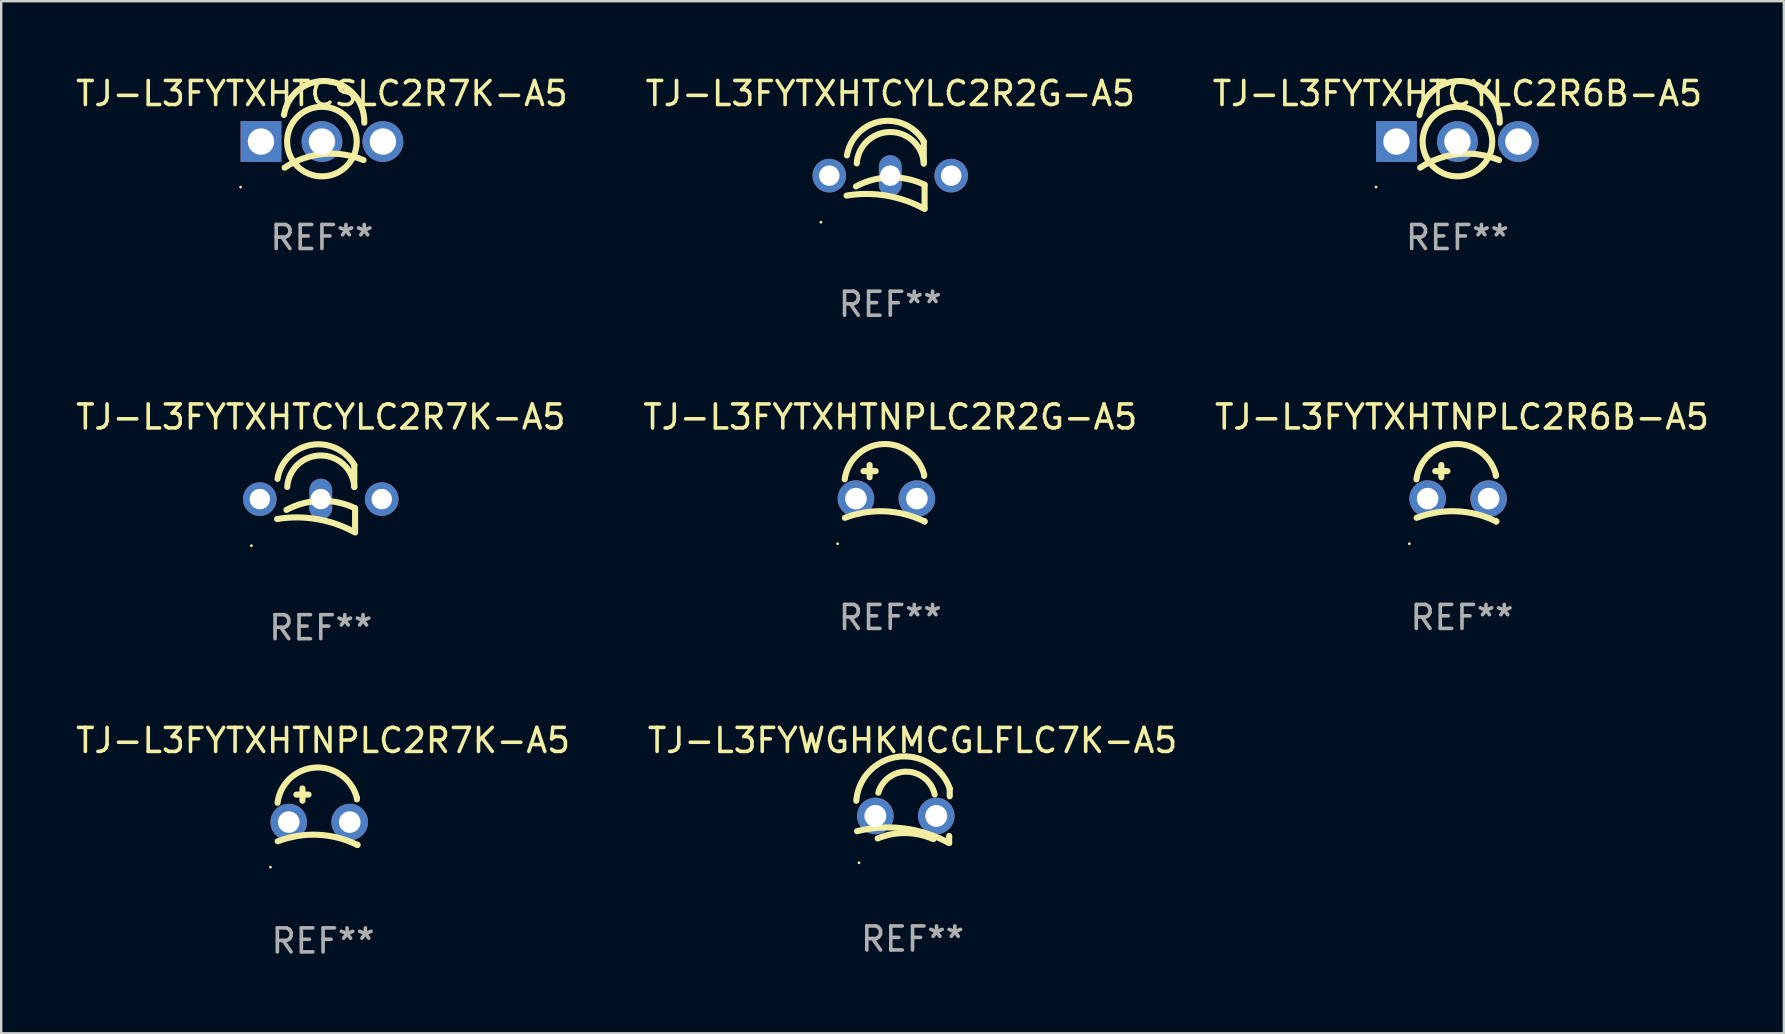
<source format=kicad_pcb>
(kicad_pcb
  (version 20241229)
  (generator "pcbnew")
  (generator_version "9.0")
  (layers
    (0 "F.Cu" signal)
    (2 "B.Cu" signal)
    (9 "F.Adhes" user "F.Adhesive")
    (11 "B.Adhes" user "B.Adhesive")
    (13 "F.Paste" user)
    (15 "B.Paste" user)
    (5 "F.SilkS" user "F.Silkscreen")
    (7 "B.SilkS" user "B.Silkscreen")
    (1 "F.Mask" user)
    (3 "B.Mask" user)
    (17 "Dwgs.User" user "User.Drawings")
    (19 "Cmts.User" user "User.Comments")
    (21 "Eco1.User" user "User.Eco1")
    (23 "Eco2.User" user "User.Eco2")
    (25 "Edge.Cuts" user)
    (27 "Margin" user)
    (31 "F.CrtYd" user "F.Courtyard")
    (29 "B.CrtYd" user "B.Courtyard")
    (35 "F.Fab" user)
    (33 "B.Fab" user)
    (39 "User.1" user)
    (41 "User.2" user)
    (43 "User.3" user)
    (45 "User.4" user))
  (footprint "TJ-L3FYTXHTCYLC2R2G-A5"
    (layer "F.Cu")
    (at 34.042 4.238)
    (property "Reference" "TJ-L3FYTXHTCYLC2R2G-A5" (at 0 -3.39 0) (layer "F.SilkS") (effects (font (size 1 1) (thickness 0.15))))
    (attr through_hole)
    (fp_line (start 1.397 -0.478) (end 1.397 -1.39) (stroke (width 0.254) (type solid)) (layer "F.SilkS"))
    (fp_line (start 1.43 0.41) (end 1.43 1.39) (stroke (width 0.254) (type solid)) (layer "F.SilkS"))
    (fp_arc (start -1.81999 0.859995) (mid -0.147702 0.865515) (end 1.429997 1.41999) (stroke (width 0.254001) (type solid)) (layer "F.SilkS"))
    (fp_arc (start -1.804597 -0.813437) (mid -0.406468 -2.227145) (end 1.397003 -1.389992) (stroke (width 0.254001) (type solid)) (layer "F.SilkS"))
    (fp_arc (start -1.429997 0.48001) (mid -0.008386 0.102367) (end 1.429998 0.410007) (stroke (width 0.254001) (type solid)) (layer "F.SilkS"))
    (fp_arc (start -1.397003 -0.478003) (mid 0 -1.788385) (end 1.397003 -0.478004) (stroke (width 0.254001) (type solid)) (layer "F.SilkS"))
    (fp_circle (center -2.89 1.971) (end -2.86 1.971) (stroke (width 0.06) (type solid)) (fill no) (layer "F.SilkS"))
    (fp_text user "REF**" (at 0 5.39 0) (layer "F.Fab") (effects (font (size 1 1) (thickness 0.15))))
    (pad "1" thru_hole circle (at -2.54 0.03) (size 1.4 1.4) (drill 0.85) (layers "*.Cu" "*.Mask"))
    (pad "2" thru_hole oval (at 0 0.03) (size 0.95 1.7) (drill oval 0.85 0.85) (layers "*.Cu" "*.Mask"))
    (pad "3" thru_hole circle (at 2.54 0.03) (size 1.4 1.4) (drill 0.85) (layers "*.Cu" "*.Mask")))
  (footprint "TJ-L3FYTXHTCYLC2R7K-A5"
    (layer "F.Cu")
    (at 10.315 17.715)
    (property "Reference" "TJ-L3FYTXHTCYLC2R7K-A5" (at 0 -3.39 0) (layer "F.SilkS") (effects (font (size 1 1) (thickness 0.15))))
    (attr through_hole)
    (fp_line (start 1.397 -0.478) (end 1.397 -1.39) (stroke (width 0.254) (type solid)) (layer "F.SilkS"))
    (fp_line (start 1.43 0.41) (end 1.43 1.39) (stroke (width 0.254) (type solid)) (layer "F.SilkS"))
    (fp_arc (start -1.81999 0.859995) (mid -0.147702 0.865515) (end 1.429997 1.41999) (stroke (width 0.254001) (type solid)) (layer "F.SilkS"))
    (fp_arc (start -1.804597 -0.813437) (mid -0.406468 -2.227145) (end 1.397003 -1.389992) (stroke (width 0.254001) (type solid)) (layer "F.SilkS"))
    (fp_arc (start -1.429997 0.48001) (mid -0.008386 0.102367) (end 1.429998 0.410007) (stroke (width 0.254001) (type solid)) (layer "F.SilkS"))
    (fp_arc (start -1.397003 -0.478003) (mid 0 -1.788385) (end 1.397003 -0.478004) (stroke (width 0.254001) (type solid)) (layer "F.SilkS"))
    (fp_circle (center -2.89 1.971) (end -2.86 1.971) (stroke (width 0.06) (type solid)) (fill no) (layer "F.SilkS"))
    (fp_text user "REF**" (at 0 5.39 0) (layer "F.Fab") (effects (font (size 1 1) (thickness 0.15))))
    (pad "1" thru_hole circle (at -2.54 0.03) (size 1.4 1.4) (drill 0.85) (layers "*.Cu" "*.Mask"))
    (pad "2" thru_hole oval (at 0 0.03) (size 0.95 1.7) (drill oval 0.85 0.85) (layers "*.Cu" "*.Mask"))
    (pad "3" thru_hole circle (at 2.54 0.03) (size 1.4 1.4) (drill 0.85) (layers "*.Cu" "*.Mask")))
  (footprint "TJ-L3FYTXHTNPLC2R7K-A5"
    (layer "F.Cu")
    (at 10.411 30.978)
    (property "Reference" "TJ-L3FYTXHTNPLC2R7K-A5" (at 0 -3.176 0) (layer "F.SilkS") (effects (font (size 1 1) (thickness 0.15))))
    (attr through_hole)
    (fp_line (start -1.114 -0.922) (end -0.606 -0.922) (stroke (width 0.254) (type solid)) (layer "F.SilkS"))
    (fp_line (start -0.86 -1.176) (end -0.86 -0.668) (stroke (width 0.254) (type solid)) (layer "F.SilkS"))
    (fp_line (start 1.41 -0.776) (end 1.41 -0.723) (stroke (width 0.254) (type solid)) (layer "F.SilkS"))
    (fp_line (start 1.43 1.176) (end 1.43 1.164) (stroke (width 0.254) (type solid)) (layer "F.SilkS"))
    (fp_arc (start -1.896915 -0.579704) (mid -0.324751 -2.048067) (end 1.4103 -0.776302) (stroke (width 0.254001) (type solid)) (layer "F.SilkS"))
    (fp_arc (start -1.8897 1.023698) (mid -0.214006 0.752438) (end 1.429731 1.176302) (stroke (width 0.254001) (type solid)) (layer "F.SilkS"))
    (fp_circle (center -2.192 2.103) (end -2.162 2.103) (stroke (width 0.06) (type solid)) (fill no) (layer "F.SilkS"))
    (fp_text user "REF**" (at 0 5.176 0) (layer "F.Fab") (effects (font (size 1 1) (thickness 0.15))))
    (pad "1" thru_hole circle (at -1.43 0.224) (size 1.524 1.524) (drill 0.9) (layers "*.Cu" "*.Mask"))
    (pad "2" thru_hole circle (at 1.11 0.224) (size 1.524 1.524) (drill 0.9) (layers "*.Cu" "*.Mask")))
  (footprint "TJ-L3FYTXHTNPLC2R2G-A5"
    (layer "F.Cu")
    (at 34.042 17.501)
    (property "Reference" "TJ-L3FYTXHTNPLC2R2G-A5" (at 0 -3.176 0) (layer "F.SilkS") (effects (font (size 1 1) (thickness 0.15))))
    (attr through_hole)
    (fp_line (start -1.114 -0.922) (end -0.606 -0.922) (stroke (width 0.254) (type solid)) (layer "F.SilkS"))
    (fp_line (start -0.86 -1.176) (end -0.86 -0.668) (stroke (width 0.254) (type solid)) (layer "F.SilkS"))
    (fp_line (start 1.41 -0.776) (end 1.41 -0.723) (stroke (width 0.254) (type solid)) (layer "F.SilkS"))
    (fp_line (start 1.43 1.176) (end 1.43 1.164) (stroke (width 0.254) (type solid)) (layer "F.SilkS"))
    (fp_arc (start -1.896915 -0.579704) (mid -0.324751 -2.048067) (end 1.4103 -0.776302) (stroke (width 0.254001) (type solid)) (layer "F.SilkS"))
    (fp_arc (start -1.8897 1.023698) (mid -0.214006 0.752438) (end 1.429731 1.176302) (stroke (width 0.254001) (type solid)) (layer "F.SilkS"))
    (fp_circle (center -2.192 2.103) (end -2.162 2.103) (stroke (width 0.06) (type solid)) (fill no) (layer "F.SilkS"))
    (fp_text user "REF**" (at 0 5.176 0) (layer "F.Fab") (effects (font (size 1 1) (thickness 0.15))))
    (pad "1" thru_hole circle (at -1.43 0.224) (size 1.524 1.524) (drill 0.9) (layers "*.Cu" "*.Mask"))
    (pad "2" thru_hole circle (at 1.11 0.224) (size 1.524 1.524) (drill 0.9) (layers "*.Cu" "*.Mask")))
  (footprint "TJ-L3FYTXHTCSLC2R7K-A5"
    (layer "F.Cu")
    (at 10.363 2.848)
    (property "Reference" "TJ-L3FYTXHTCSLC2R7K-A5" (at 0 -2 0) (layer "F.SilkS") (effects (font (size 1 1) (thickness 0.15))))
    (attr through_hole)
    (fp_arc (start -1.582041 -1.107748) (mid 0.242243 -2.515913) (end 1.764338 -0.785547) (stroke (width 0.254001) (type solid)) (layer "F.SilkS"))
    (fp_arc (start -1.554229 1.088291) (mid 0.050019 0.519495) (end 1.733324 0.77173) (stroke (width 0.254001) (type solid)) (layer "F.SilkS"))
    (fp_circle (center -3.39 1.897) (end -3.36 1.897) (stroke (width 0.06) (type solid)) (fill no) (layer "F.SilkS"))
    (fp_circle (center 0 0) (end 1.45 0) (stroke (width 0.254) (type solid)) (fill no) (layer "F.SilkS"))
    (fp_text user "REF**" (at 0 4 0) (layer "F.Fab") (effects (font (size 1 1) (thickness 0.15))))
    (pad "1" thru_hole rect (at -2.54 0) (size 1.7 1.7) (drill 1.1) (layers "*.Cu" "*.Mask"))
    (pad "2" thru_hole circle (at 0 0) (size 1.7 1.7) (drill 1.1) (layers "*.Cu" "*.Mask"))
    (pad "3" thru_hole circle (at 2.54 0) (size 1.7 1.7) (drill 1.1) (layers "*.Cu" "*.Mask")))
  (footprint "TJ-L3FYTXHTNPLC2R6B-A5"
    (layer "F.Cu")
    (at 57.863 17.501)
    (property "Reference" "TJ-L3FYTXHTNPLC2R6B-A5" (at 0 -3.176 0) (layer "F.SilkS") (effects (font (size 1 1) (thickness 0.15))))
    (attr through_hole)
    (fp_line (start -1.114 -0.922) (end -0.606 -0.922) (stroke (width 0.254) (type solid)) (layer "F.SilkS"))
    (fp_line (start -0.86 -1.176) (end -0.86 -0.668) (stroke (width 0.254) (type solid)) (layer "F.SilkS"))
    (fp_line (start 1.41 -0.776) (end 1.41 -0.723) (stroke (width 0.254) (type solid)) (layer "F.SilkS"))
    (fp_line (start 1.43 1.176) (end 1.43 1.164) (stroke (width 0.254) (type solid)) (layer "F.SilkS"))
    (fp_arc (start -1.896915 -0.579704) (mid -0.324751 -2.048067) (end 1.4103 -0.776302) (stroke (width 0.254001) (type solid)) (layer "F.SilkS"))
    (fp_arc (start -1.8897 1.023698) (mid -0.214006 0.752438) (end 1.429731 1.176302) (stroke (width 0.254001) (type solid)) (layer "F.SilkS"))
    (fp_circle (center -2.192 2.103) (end -2.162 2.103) (stroke (width 0.06) (type solid)) (fill no) (layer "F.SilkS"))
    (fp_text user "REF**" (at 0 5.176 0) (layer "F.Fab") (effects (font (size 1 1) (thickness 0.15))))
    (pad "1" thru_hole circle (at -1.43 0.224) (size 1.524 1.524) (drill 0.9) (layers "*.Cu" "*.Mask"))
    (pad "2" thru_hole circle (at 1.11 0.224) (size 1.524 1.524) (drill 0.9) (layers "*.Cu" "*.Mask")))
  (footprint "TJ-L3FYWGHKMCGLFLC7K-A5"
    (layer "F.Cu")
    (at 34.97 30.938)
    (property "Reference" "TJ-L3FYWGHKMCGLFLC7K-A5" (at 0 -3.137 0) (layer "F.SilkS") (effects (font (size 1 1) (thickness 0.15))))
    (attr through_hole)
    (fp_line (start 1.529 0.842) (end 1.525 1.137) (stroke (width 0.254) (type solid)) (layer "F.SilkS"))
    (fp_line (start 1.55 -1.137) (end 1.55 -0.811) (stroke (width 0.254) (type solid)) (layer "F.SilkS"))
    (fp_arc (start -2.344336 -0.624664) (mid -0.604362 -2.457931) (end 1.550229 -1.136525) (stroke (width 0.254001) (type solid)) (layer "F.SilkS"))
    (fp_arc (start -2.31223 0.643358) (mid -0.347208 0.529557) (end 1.525184 1.136526) (stroke (width 0.254001) (type solid)) (layer "F.SilkS"))
    (fp_arc (start -1.45348 0.944425) (mid -0.289454 0.72139) (end 0.868415 0.974448) (stroke (width 0.254001) (type solid)) (layer "F.SilkS"))
    (fp_arc (start -1.426174 -0.958548) (mid -0.223791 -1.836179) (end 0.922695 -0.88669) (stroke (width 0.254001) (type solid)) (layer "F.SilkS"))
    (fp_circle (center -2.231 1.96) (end -2.201 1.96) (stroke (width 0.06) (type solid)) (fill no) (layer "F.SilkS"))
    (fp_text user "REF**" (at 0 5.137 0) (layer "F.Fab") (effects (font (size 1 1) (thickness 0.15))))
    (pad "1" thru_hole circle (at -1.55 0.008) (size 1.524 1.524) (drill 0.914) (layers "*.Cu" "*.Mask"))
    (pad "2" thru_hole circle (at 0.99 0.008) (size 1.524 1.524) (drill 0.914) (layers "*.Cu" "*.Mask")))
  (footprint "TJ-L3FYTXHTCYLC2R6B-A5"
    (layer "F.Cu")
    (at 57.673 2.848)
    (property "Reference" "TJ-L3FYTXHTCYLC2R6B-A5" (at 0 -2 0) (layer "F.SilkS") (effects (font (size 1 1) (thickness 0.15))))
    (attr through_hole)
    (fp_arc (start -1.582041 -1.107748) (mid 0.242243 -2.515913) (end 1.764338 -0.785547) (stroke (width 0.254001) (type solid)) (layer "F.SilkS"))
    (fp_arc (start -1.554229 1.088291) (mid 0.050019 0.519495) (end 1.733324 0.77173) (stroke (width 0.254001) (type solid)) (layer "F.SilkS"))
    (fp_circle (center -3.39 1.897) (end -3.36 1.897) (stroke (width 0.06) (type solid)) (fill no) (layer "F.SilkS"))
    (fp_circle (center 0 0) (end 1.45 0) (stroke (width 0.254) (type solid)) (fill no) (layer "F.SilkS"))
    (fp_text user "REF**" (at 0 4 0) (layer "F.Fab") (effects (font (size 1 1) (thickness 0.15))))
    (pad "1" thru_hole rect (at -2.54 0) (size 1.7 1.7) (drill 1.1) (layers "*.Cu" "*.Mask"))
    (pad "2" thru_hole circle (at 0 0) (size 1.7 1.7) (drill 1.1) (layers "*.Cu" "*.Mask"))
    (pad "3" thru_hole circle (at 2.54 0) (size 1.7 1.7) (drill 1.1) (layers "*.Cu" "*.Mask")))
  (gr_rect
    (start -3 -3)
    (end 71.274 40.002)
    (stroke (width 0.1) (type default))
    (fill no)
    (layer "Edge.Cuts")))
</source>
